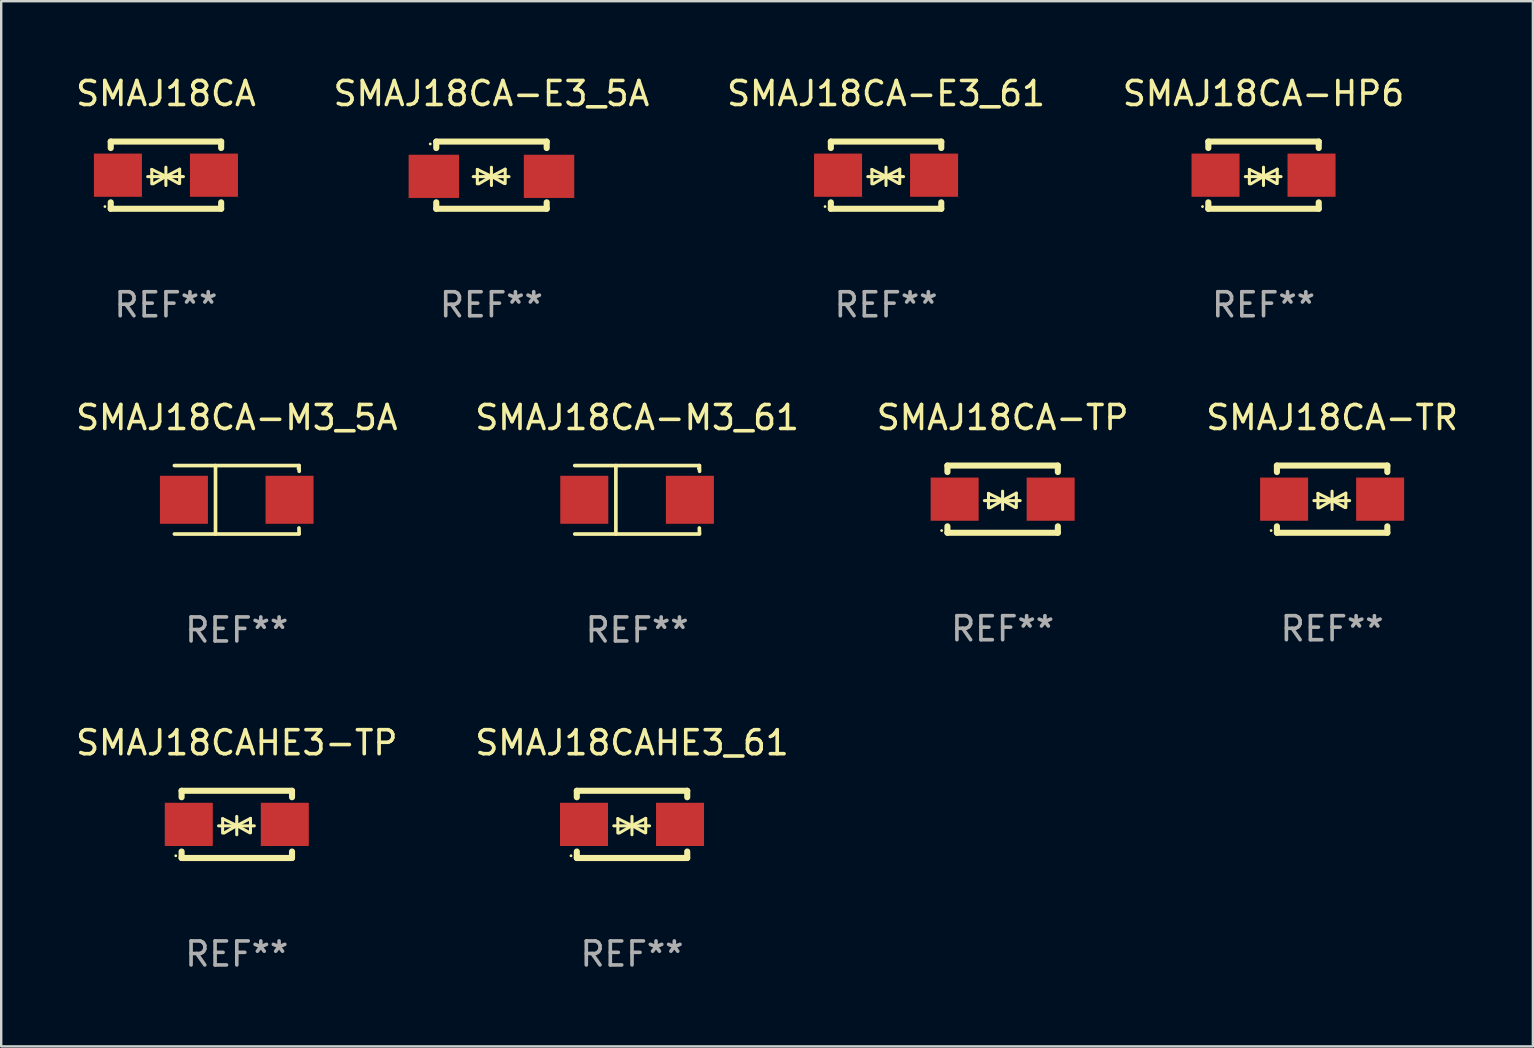
<source format=kicad_pcb>
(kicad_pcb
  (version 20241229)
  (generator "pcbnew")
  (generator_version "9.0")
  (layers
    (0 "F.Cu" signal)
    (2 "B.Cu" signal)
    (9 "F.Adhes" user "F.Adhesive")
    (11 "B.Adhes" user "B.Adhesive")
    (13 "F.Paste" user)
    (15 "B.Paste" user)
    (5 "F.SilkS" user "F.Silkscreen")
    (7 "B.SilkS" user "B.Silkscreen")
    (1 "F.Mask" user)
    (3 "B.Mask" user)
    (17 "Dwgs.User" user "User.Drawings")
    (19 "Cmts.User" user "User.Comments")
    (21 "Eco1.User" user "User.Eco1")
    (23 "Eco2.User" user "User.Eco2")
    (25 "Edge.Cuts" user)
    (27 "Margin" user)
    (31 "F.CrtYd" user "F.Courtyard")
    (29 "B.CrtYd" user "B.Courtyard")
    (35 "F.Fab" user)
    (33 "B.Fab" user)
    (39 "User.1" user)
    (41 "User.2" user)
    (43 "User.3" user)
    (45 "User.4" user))
  (footprint "SMAJ18CA-M3_61"
    (layer "F.Cu")
    (at 23.494 17.771)
    (property "Reference" "SMAJ18CA-M3_61" (at 0 -3.426 0) (layer "F.SilkS") (effects (font (size 1 1) (thickness 0.15))))
    (attr through_hole)
    (fp_line (start -2.6 -1.426) (end 2.593 -1.426) (stroke (width 0.152) (type solid)) (layer "F.SilkS"))
    (fp_line (start -2.6 1.426) (end 2.593 1.426) (stroke (width 0.152) (type solid)) (layer "F.SilkS"))
    (fp_line (start -0.887 -1.426) (end -0.887 1.426) (stroke (width 0.152) (type solid)) (layer "F.SilkS"))
    (fp_line (start 2.59 1.176) (end 2.597 1.415) (stroke (width 0.152) (type solid)) (layer "F.SilkS"))
    (fp_line (start 2.593 -1.426) (end 2.6 -1.187) (stroke (width 0.152) (type solid)) (layer "F.SilkS"))
    (fp_circle (center 2.547 -1.3) (end 2.577 -1.3) (stroke (width 0.06) (type solid)) (fill no) (layer "F.SilkS"))
    (fp_text user "REF**" (at 0 5.426 0) (layer "F.Fab") (effects (font (size 1 1) (thickness 0.15))))
    (pad "1" smd rect (at 2.197 -0.000025 180) (size 2 2) (layers "F.Cu" "F.Mask" "F.Paste"))
    (pad "2" smd rect (at -2.203 -0.000025 180) (size 2 2) (layers "F.Cu" "F.Mask" "F.Paste")))
  (footprint "SMAJ18CA-M3_5A"
    (layer "F.Cu")
    (at 6.815 17.771)
    (property "Reference" "SMAJ18CA-M3_5A" (at 0 -3.426 0) (layer "F.SilkS") (effects (font (size 1 1) (thickness 0.15))))
    (attr through_hole)
    (fp_line (start -2.6 -1.426) (end 2.593 -1.426) (stroke (width 0.152) (type solid)) (layer "F.SilkS"))
    (fp_line (start -2.6 1.426) (end 2.593 1.426) (stroke (width 0.152) (type solid)) (layer "F.SilkS"))
    (fp_line (start -0.887 -1.426) (end -0.887 1.426) (stroke (width 0.152) (type solid)) (layer "F.SilkS"))
    (fp_line (start 2.59 1.176) (end 2.597 1.415) (stroke (width 0.152) (type solid)) (layer "F.SilkS"))
    (fp_line (start 2.593 -1.426) (end 2.6 -1.187) (stroke (width 0.152) (type solid)) (layer "F.SilkS"))
    (fp_circle (center 2.547 -1.3) (end 2.577 -1.3) (stroke (width 0.06) (type solid)) (fill no) (layer "F.SilkS"))
    (fp_text user "REF**" (at 0 5.426 0) (layer "F.Fab") (effects (font (size 1 1) (thickness 0.15))))
    (pad "1" smd rect (at 2.197 -0.000025 180) (size 2 2) (layers "F.Cu" "F.Mask" "F.Paste"))
    (pad "2" smd rect (at -2.203 -0.000025 180) (size 2 2) (layers "F.Cu" "F.Mask" "F.Paste")))
  (footprint "SMAJ18CA-E3_61"
    (layer "F.Cu")
    (at 33.863 4.248)
    (property "Reference" "SMAJ18CA-E3_61" (at 0 -3.4 0) (layer "F.SilkS") (effects (font (size 1 1) (thickness 0.15))))
    (attr through_hole)
    (fp_line (start -2.3 -1.4) (end -2.3 -1.131) (stroke (width 0.254) (type solid)) (layer "F.SilkS"))
    (fp_line (start -2.3 -1.4) (end 2.3 -1.4) (stroke (width 0.254) (type solid)) (layer "F.SilkS"))
    (fp_line (start -2.3 1.131) (end -2.3 1.4) (stroke (width 0.254) (type solid)) (layer "F.SilkS"))
    (fp_line (start -2.3 1.4) (end 2.3 1.4) (stroke (width 0.254) (type solid)) (layer "F.SilkS"))
    (fp_line (start -0.76 0.06) (end 0.73 0.06) (stroke (width 0.127) (type solid)) (layer "F.SilkS"))
    (fp_line (start -0.59 -0.24) (end -0.59 0.36) (stroke (width 0.127) (type solid)) (layer "F.SilkS"))
    (fp_line (start -0.59 -0.24) (end -0.002 0.049) (stroke (width 0.127) (type solid)) (layer "F.SilkS"))
    (fp_line (start -0.53 0.36) (end -0.002 0.049) (stroke (width 0.127) (type solid)) (layer "F.SilkS"))
    (fp_line (start -0.002 0.049) (end -0.002 -0.332) (stroke (width 0.127) (type solid)) (layer "F.SilkS"))
    (fp_line (start -0.002 0.049) (end -0.002 0.43) (stroke (width 0.127) (type solid)) (layer "F.SilkS"))
    (fp_line (start 0.54 0.35) (end -0.002 0.049) (stroke (width 0.127) (type solid)) (layer "F.SilkS"))
    (fp_line (start 0.57 -0.25) (end -0.002 0.049) (stroke (width 0.127) (type solid)) (layer "F.SilkS"))
    (fp_line (start 0.57 -0.25) (end 0.57 0.35) (stroke (width 0.127) (type solid)) (layer "F.SilkS"))
    (fp_line (start 2.3 -1.4) (end 2.3 -1.131) (stroke (width 0.254) (type solid)) (layer "F.SilkS"))
    (fp_line (start 2.3 1.131) (end 2.3 1.4) (stroke (width 0.254) (type solid)) (layer "F.SilkS"))
    (fp_circle (center -2.542 1.308) (end -2.512 1.308) (stroke (width 0.06) (type solid)) (fill no) (layer "F.SilkS"))
    (fp_text user "REF**" (at 0 5.4 0) (layer "F.Fab") (effects (font (size 1 1) (thickness 0.15))))
    (pad "1" smd rect (at -2 0) (size 2 1.8) (layers "F.Cu" "F.Mask" "F.Paste"))
    (pad "2" smd rect (at 2 0) (size 2 1.8) (layers "F.Cu" "F.Mask" "F.Paste")))
  (footprint "SMAJ18CAHE3_61"
    (layer "F.Cu")
    (at 23.28 31.294)
    (property "Reference" "SMAJ18CAHE3_61" (at 0 -3.4 0) (layer "F.SilkS") (effects (font (size 1 1) (thickness 0.15))))
    (attr through_hole)
    (fp_line (start -2.3 -1.4) (end -2.3 -1.131) (stroke (width 0.254) (type solid)) (layer "F.SilkS"))
    (fp_line (start -2.3 -1.4) (end 2.3 -1.4) (stroke (width 0.254) (type solid)) (layer "F.SilkS"))
    (fp_line (start -2.3 1.131) (end -2.3 1.4) (stroke (width 0.254) (type solid)) (layer "F.SilkS"))
    (fp_line (start -2.3 1.4) (end 2.3 1.4) (stroke (width 0.254) (type solid)) (layer "F.SilkS"))
    (fp_line (start -0.76 0.06) (end 0.73 0.06) (stroke (width 0.127) (type solid)) (layer "F.SilkS"))
    (fp_line (start -0.59 -0.24) (end -0.59 0.36) (stroke (width 0.127) (type solid)) (layer "F.SilkS"))
    (fp_line (start -0.59 -0.24) (end -0.002 0.049) (stroke (width 0.127) (type solid)) (layer "F.SilkS"))
    (fp_line (start -0.53 0.36) (end -0.002 0.049) (stroke (width 0.127) (type solid)) (layer "F.SilkS"))
    (fp_line (start -0.002 0.049) (end -0.002 -0.332) (stroke (width 0.127) (type solid)) (layer "F.SilkS"))
    (fp_line (start -0.002 0.049) (end -0.002 0.43) (stroke (width 0.127) (type solid)) (layer "F.SilkS"))
    (fp_line (start 0.54 0.35) (end -0.002 0.049) (stroke (width 0.127) (type solid)) (layer "F.SilkS"))
    (fp_line (start 0.57 -0.25) (end -0.002 0.049) (stroke (width 0.127) (type solid)) (layer "F.SilkS"))
    (fp_line (start 0.57 -0.25) (end 0.57 0.35) (stroke (width 0.127) (type solid)) (layer "F.SilkS"))
    (fp_line (start 2.3 -1.4) (end 2.3 -1.131) (stroke (width 0.254) (type solid)) (layer "F.SilkS"))
    (fp_line (start 2.3 1.131) (end 2.3 1.4) (stroke (width 0.254) (type solid)) (layer "F.SilkS"))
    (fp_circle (center -2.542 1.308) (end -2.512 1.308) (stroke (width 0.06) (type solid)) (fill no) (layer "F.SilkS"))
    (fp_text user "REF**" (at 0 5.4 0) (layer "F.Fab") (effects (font (size 1 1) (thickness 0.15))))
    (pad "1" smd rect (at -2 0) (size 2 1.8) (layers "F.Cu" "F.Mask" "F.Paste"))
    (pad "2" smd rect (at 2 0) (size 2 1.8) (layers "F.Cu" "F.Mask" "F.Paste")))
  (footprint "SMAJ18CAHE3-TP"
    (layer "F.Cu")
    (at 6.815 31.294)
    (property "Reference" "SMAJ18CAHE3-TP" (at 0 -3.4 0) (layer "F.SilkS") (effects (font (size 1 1) (thickness 0.15))))
    (attr through_hole)
    (fp_line (start -2.3 -1.4) (end -2.3 -1.131) (stroke (width 0.254) (type solid)) (layer "F.SilkS"))
    (fp_line (start -2.3 -1.4) (end 2.3 -1.4) (stroke (width 0.254) (type solid)) (layer "F.SilkS"))
    (fp_line (start -2.3 1.131) (end -2.3 1.4) (stroke (width 0.254) (type solid)) (layer "F.SilkS"))
    (fp_line (start -2.3 1.4) (end 2.3 1.4) (stroke (width 0.254) (type solid)) (layer "F.SilkS"))
    (fp_line (start -0.76 0.06) (end 0.73 0.06) (stroke (width 0.127) (type solid)) (layer "F.SilkS"))
    (fp_line (start -0.59 -0.24) (end -0.59 0.36) (stroke (width 0.127) (type solid)) (layer "F.SilkS"))
    (fp_line (start -0.59 -0.24) (end -0.002 0.049) (stroke (width 0.127) (type solid)) (layer "F.SilkS"))
    (fp_line (start -0.53 0.36) (end -0.002 0.049) (stroke (width 0.127) (type solid)) (layer "F.SilkS"))
    (fp_line (start -0.002 0.049) (end -0.002 -0.332) (stroke (width 0.127) (type solid)) (layer "F.SilkS"))
    (fp_line (start -0.002 0.049) (end -0.002 0.43) (stroke (width 0.127) (type solid)) (layer "F.SilkS"))
    (fp_line (start 0.54 0.35) (end -0.002 0.049) (stroke (width 0.127) (type solid)) (layer "F.SilkS"))
    (fp_line (start 0.57 -0.25) (end -0.002 0.049) (stroke (width 0.127) (type solid)) (layer "F.SilkS"))
    (fp_line (start 0.57 -0.25) (end 0.57 0.35) (stroke (width 0.127) (type solid)) (layer "F.SilkS"))
    (fp_line (start 2.3 -1.4) (end 2.3 -1.131) (stroke (width 0.254) (type solid)) (layer "F.SilkS"))
    (fp_line (start 2.3 1.131) (end 2.3 1.4) (stroke (width 0.254) (type solid)) (layer "F.SilkS"))
    (fp_circle (center -2.542 1.308) (end -2.512 1.308) (stroke (width 0.06) (type solid)) (fill no) (layer "F.SilkS"))
    (fp_text user "REF**" (at 0 5.4 0) (layer "F.Fab") (effects (font (size 1 1) (thickness 0.15))))
    (pad "1" smd rect (at -2 0) (size 2 1.8) (layers "F.Cu" "F.Mask" "F.Paste"))
    (pad "2" smd rect (at 2 0) (size 2 1.8) (layers "F.Cu" "F.Mask" "F.Paste")))
  (footprint "SMAJ18CA-E3_5A"
    (layer "F.Cu")
    (at 17.423 4.248)
    (property "Reference" "SMAJ18CA-E3_5A" (at 0 -3.4 0) (layer "F.SilkS") (effects (font (size 1 1) (thickness 0.15))))
    (attr through_hole)
    (fp_line (start -2.298 -1.4) (end -2.298 -1.131) (stroke (width 0.254) (type solid)) (layer "F.SilkS"))
    (fp_line (start -2.298 -1.4) (end 2.302 -1.4) (stroke (width 0.254) (type solid)) (layer "F.SilkS"))
    (fp_line (start -2.298 1.131) (end -2.298 1.4) (stroke (width 0.254) (type solid)) (layer "F.SilkS"))
    (fp_line (start -2.298 1.4) (end 2.302 1.4) (stroke (width 0.254) (type solid)) (layer "F.SilkS"))
    (fp_line (start -0.758 0.06) (end 0.732 0.06) (stroke (width 0.127) (type solid)) (layer "F.SilkS"))
    (fp_line (start -0.588 -0.24) (end -0.588 0.36) (stroke (width 0.127) (type solid)) (layer "F.SilkS"))
    (fp_line (start -0.588 -0.24) (end 0.000025 0.049) (stroke (width 0.127) (type solid)) (layer "F.SilkS"))
    (fp_line (start -0.528 0.36) (end 0.000025 0.049) (stroke (width 0.127) (type solid)) (layer "F.SilkS"))
    (fp_line (start 0.000025 0.049) (end 0.000025 -0.332) (stroke (width 0.127) (type solid)) (layer "F.SilkS"))
    (fp_line (start 0.000025 0.049) (end 0.000025 0.43) (stroke (width 0.127) (type solid)) (layer "F.SilkS"))
    (fp_line (start 0.542 0.35) (end 0.000025 0.049) (stroke (width 0.127) (type solid)) (layer "F.SilkS"))
    (fp_line (start 0.572 -0.25) (end 0.000025 0.049) (stroke (width 0.127) (type solid)) (layer "F.SilkS"))
    (fp_line (start 0.572 -0.25) (end 0.572 0.35) (stroke (width 0.127) (type solid)) (layer "F.SilkS"))
    (fp_line (start 2.302 -1.4) (end 2.302 -1.131) (stroke (width 0.254) (type solid)) (layer "F.SilkS"))
    (fp_line (start 2.302 1.131) (end 2.302 1.4) (stroke (width 0.254) (type solid)) (layer "F.SilkS"))
    (fp_circle (center -2.549 -1.301) (end -2.519 -1.301) (stroke (width 0.06) (type solid)) (fill no) (layer "F.SilkS"))
    (fp_text user "REF**" (at 0 5.4 0) (layer "F.Fab") (effects (font (size 1 1) (thickness 0.15))))
    (pad "1" smd rect (at -2.4 0.049) (size 2.1 1.8) (layers "F.Cu" "F.Mask" "F.Paste"))
    (pad "2" smd rect (at 2.4 0.049) (size 2.1 1.8) (layers "F.Cu" "F.Mask" "F.Paste")))
  (footprint "SMAJ18CA-TR"
    (layer "F.Cu")
    (at 52.446 17.745)
    (property "Reference" "SMAJ18CA-TR" (at 0 -3.4 0) (layer "F.SilkS") (effects (font (size 1 1) (thickness 0.15))))
    (attr through_hole)
    (fp_line (start -2.3 -1.4) (end -2.3 -1.131) (stroke (width 0.254) (type solid)) (layer "F.SilkS"))
    (fp_line (start -2.3 -1.4) (end 2.3 -1.4) (stroke (width 0.254) (type solid)) (layer "F.SilkS"))
    (fp_line (start -2.3 1.131) (end -2.3 1.4) (stroke (width 0.254) (type solid)) (layer "F.SilkS"))
    (fp_line (start -2.3 1.4) (end 2.3 1.4) (stroke (width 0.254) (type solid)) (layer "F.SilkS"))
    (fp_line (start -0.76 0.06) (end 0.73 0.06) (stroke (width 0.127) (type solid)) (layer "F.SilkS"))
    (fp_line (start -0.59 -0.24) (end -0.59 0.36) (stroke (width 0.127) (type solid)) (layer "F.SilkS"))
    (fp_line (start -0.59 -0.24) (end -0.002 0.049) (stroke (width 0.127) (type solid)) (layer "F.SilkS"))
    (fp_line (start -0.53 0.36) (end -0.002 0.049) (stroke (width 0.127) (type solid)) (layer "F.SilkS"))
    (fp_line (start -0.002 0.049) (end -0.002 -0.332) (stroke (width 0.127) (type solid)) (layer "F.SilkS"))
    (fp_line (start -0.002 0.049) (end -0.002 0.43) (stroke (width 0.127) (type solid)) (layer "F.SilkS"))
    (fp_line (start 0.54 0.35) (end -0.002 0.049) (stroke (width 0.127) (type solid)) (layer "F.SilkS"))
    (fp_line (start 0.57 -0.25) (end -0.002 0.049) (stroke (width 0.127) (type solid)) (layer "F.SilkS"))
    (fp_line (start 0.57 -0.25) (end 0.57 0.35) (stroke (width 0.127) (type solid)) (layer "F.SilkS"))
    (fp_line (start 2.3 -1.4) (end 2.3 -1.131) (stroke (width 0.254) (type solid)) (layer "F.SilkS"))
    (fp_line (start 2.3 1.131) (end 2.3 1.4) (stroke (width 0.254) (type solid)) (layer "F.SilkS"))
    (fp_circle (center -2.542 1.308) (end -2.512 1.308) (stroke (width 0.06) (type solid)) (fill no) (layer "F.SilkS"))
    (fp_text user "REF**" (at 0 5.4 0) (layer "F.Fab") (effects (font (size 1 1) (thickness 0.15))))
    (pad "1" smd rect (at -2 0) (size 2 1.8) (layers "F.Cu" "F.Mask" "F.Paste"))
    (pad "2" smd rect (at 2 0) (size 2 1.8) (layers "F.Cu" "F.Mask" "F.Paste")))
  (footprint "SMAJ18CA-HP6"
    (layer "F.Cu")
    (at 49.589 4.248)
    (property "Reference" "SMAJ18CA-HP6" (at 0 -3.4 0) (layer "F.SilkS") (effects (font (size 1 1) (thickness 0.15))))
    (attr through_hole)
    (fp_line (start -2.3 -1.4) (end -2.3 -1.131) (stroke (width 0.254) (type solid)) (layer "F.SilkS"))
    (fp_line (start -2.3 -1.4) (end 2.3 -1.4) (stroke (width 0.254) (type solid)) (layer "F.SilkS"))
    (fp_line (start -2.3 1.131) (end -2.3 1.4) (stroke (width 0.254) (type solid)) (layer "F.SilkS"))
    (fp_line (start -2.3 1.4) (end 2.3 1.4) (stroke (width 0.254) (type solid)) (layer "F.SilkS"))
    (fp_line (start -0.76 0.06) (end 0.73 0.06) (stroke (width 0.127) (type solid)) (layer "F.SilkS"))
    (fp_line (start -0.59 -0.24) (end -0.59 0.36) (stroke (width 0.127) (type solid)) (layer "F.SilkS"))
    (fp_line (start -0.59 -0.24) (end -0.002 0.049) (stroke (width 0.127) (type solid)) (layer "F.SilkS"))
    (fp_line (start -0.53 0.36) (end -0.002 0.049) (stroke (width 0.127) (type solid)) (layer "F.SilkS"))
    (fp_line (start -0.002 0.049) (end -0.002 -0.332) (stroke (width 0.127) (type solid)) (layer "F.SilkS"))
    (fp_line (start -0.002 0.049) (end -0.002 0.43) (stroke (width 0.127) (type solid)) (layer "F.SilkS"))
    (fp_line (start 0.54 0.35) (end -0.002 0.049) (stroke (width 0.127) (type solid)) (layer "F.SilkS"))
    (fp_line (start 0.57 -0.25) (end -0.002 0.049) (stroke (width 0.127) (type solid)) (layer "F.SilkS"))
    (fp_line (start 0.57 -0.25) (end 0.57 0.35) (stroke (width 0.127) (type solid)) (layer "F.SilkS"))
    (fp_line (start 2.3 -1.4) (end 2.3 -1.131) (stroke (width 0.254) (type solid)) (layer "F.SilkS"))
    (fp_line (start 2.3 1.131) (end 2.3 1.4) (stroke (width 0.254) (type solid)) (layer "F.SilkS"))
    (fp_circle (center -2.542 1.308) (end -2.512 1.308) (stroke (width 0.06) (type solid)) (fill no) (layer "F.SilkS"))
    (fp_text user "REF**" (at 0 5.4 0) (layer "F.Fab") (effects (font (size 1 1) (thickness 0.15))))
    (pad "1" smd rect (at -2 0) (size 2 1.8) (layers "F.Cu" "F.Mask" "F.Paste"))
    (pad "2" smd rect (at 2 0) (size 2 1.8) (layers "F.Cu" "F.Mask" "F.Paste")))
  (footprint "SMAJ18CA-TP"
    (layer "F.Cu")
    (at 38.72 17.745)
    (property "Reference" "SMAJ18CA-TP" (at 0 -3.4 0) (layer "F.SilkS") (effects (font (size 1 1) (thickness 0.15))))
    (attr through_hole)
    (fp_line (start -2.3 -1.4) (end -2.3 -1.131) (stroke (width 0.254) (type solid)) (layer "F.SilkS"))
    (fp_line (start -2.3 -1.4) (end 2.3 -1.4) (stroke (width 0.254) (type solid)) (layer "F.SilkS"))
    (fp_line (start -2.3 1.131) (end -2.3 1.4) (stroke (width 0.254) (type solid)) (layer "F.SilkS"))
    (fp_line (start -2.3 1.4) (end 2.3 1.4) (stroke (width 0.254) (type solid)) (layer "F.SilkS"))
    (fp_line (start -0.76 0.06) (end 0.73 0.06) (stroke (width 0.127) (type solid)) (layer "F.SilkS"))
    (fp_line (start -0.59 -0.24) (end -0.59 0.36) (stroke (width 0.127) (type solid)) (layer "F.SilkS"))
    (fp_line (start -0.59 -0.24) (end -0.002 0.049) (stroke (width 0.127) (type solid)) (layer "F.SilkS"))
    (fp_line (start -0.53 0.36) (end -0.002 0.049) (stroke (width 0.127) (type solid)) (layer "F.SilkS"))
    (fp_line (start -0.002 0.049) (end -0.002 -0.332) (stroke (width 0.127) (type solid)) (layer "F.SilkS"))
    (fp_line (start -0.002 0.049) (end -0.002 0.43) (stroke (width 0.127) (type solid)) (layer "F.SilkS"))
    (fp_line (start 0.54 0.35) (end -0.002 0.049) (stroke (width 0.127) (type solid)) (layer "F.SilkS"))
    (fp_line (start 0.57 -0.25) (end -0.002 0.049) (stroke (width 0.127) (type solid)) (layer "F.SilkS"))
    (fp_line (start 0.57 -0.25) (end 0.57 0.35) (stroke (width 0.127) (type solid)) (layer "F.SilkS"))
    (fp_line (start 2.3 -1.4) (end 2.3 -1.131) (stroke (width 0.254) (type solid)) (layer "F.SilkS"))
    (fp_line (start 2.3 1.131) (end 2.3 1.4) (stroke (width 0.254) (type solid)) (layer "F.SilkS"))
    (fp_circle (center -2.542 1.308) (end -2.512 1.308) (stroke (width 0.06) (type solid)) (fill no) (layer "F.SilkS"))
    (fp_text user "REF**" (at 0 5.4 0) (layer "F.Fab") (effects (font (size 1 1) (thickness 0.15))))
    (pad "1" smd rect (at -2 0) (size 2 1.8) (layers "F.Cu" "F.Mask" "F.Paste"))
    (pad "2" smd rect (at 2 0) (size 2 1.8) (layers "F.Cu" "F.Mask" "F.Paste")))
  (footprint "SMAJ18CA"
    (layer "F.Cu")
    (at 3.863 4.248)
    (property "Reference" "SMAJ18CA" (at 0 -3.4 0) (layer "F.SilkS") (effects (font (size 1 1) (thickness 0.15))))
    (attr through_hole)
    (fp_line (start -2.3 -1.4) (end -2.3 -1.131) (stroke (width 0.254) (type solid)) (layer "F.SilkS"))
    (fp_line (start -2.3 -1.4) (end 2.3 -1.4) (stroke (width 0.254) (type solid)) (layer "F.SilkS"))
    (fp_line (start -2.3 1.131) (end -2.3 1.4) (stroke (width 0.254) (type solid)) (layer "F.SilkS"))
    (fp_line (start -2.3 1.4) (end 2.3 1.4) (stroke (width 0.254) (type solid)) (layer "F.SilkS"))
    (fp_line (start -0.76 0.06) (end 0.73 0.06) (stroke (width 0.127) (type solid)) (layer "F.SilkS"))
    (fp_line (start -0.59 -0.24) (end -0.59 0.36) (stroke (width 0.127) (type solid)) (layer "F.SilkS"))
    (fp_line (start -0.59 -0.24) (end -0.002 0.049) (stroke (width 0.127) (type solid)) (layer "F.SilkS"))
    (fp_line (start -0.53 0.36) (end -0.002 0.049) (stroke (width 0.127) (type solid)) (layer "F.SilkS"))
    (fp_line (start -0.002 0.049) (end -0.002 -0.332) (stroke (width 0.127) (type solid)) (layer "F.SilkS"))
    (fp_line (start -0.002 0.049) (end -0.002 0.43) (stroke (width 0.127) (type solid)) (layer "F.SilkS"))
    (fp_line (start 0.54 0.35) (end -0.002 0.049) (stroke (width 0.127) (type solid)) (layer "F.SilkS"))
    (fp_line (start 0.57 -0.25) (end -0.002 0.049) (stroke (width 0.127) (type solid)) (layer "F.SilkS"))
    (fp_line (start 0.57 -0.25) (end 0.57 0.35) (stroke (width 0.127) (type solid)) (layer "F.SilkS"))
    (fp_line (start 2.3 -1.4) (end 2.3 -1.131) (stroke (width 0.254) (type solid)) (layer "F.SilkS"))
    (fp_line (start 2.3 1.131) (end 2.3 1.4) (stroke (width 0.254) (type solid)) (layer "F.SilkS"))
    (fp_circle (center -2.542 1.308) (end -2.512 1.308) (stroke (width 0.06) (type solid)) (fill no) (layer "F.SilkS"))
    (fp_text user "REF**" (at 0 5.4 0) (layer "F.Fab") (effects (font (size 1 1) (thickness 0.15))))
    (pad "1" smd rect (at -2 0) (size 2 1.8) (layers "F.Cu" "F.Mask" "F.Paste"))
    (pad "2" smd rect (at 2 0) (size 2 1.8) (layers "F.Cu" "F.Mask" "F.Paste")))
  (gr_rect
    (start -3 -3)
    (end 60.81 40.542)
    (stroke (width 0.1) (type default))
    (fill no)
    (layer "Edge.Cuts")))
</source>
